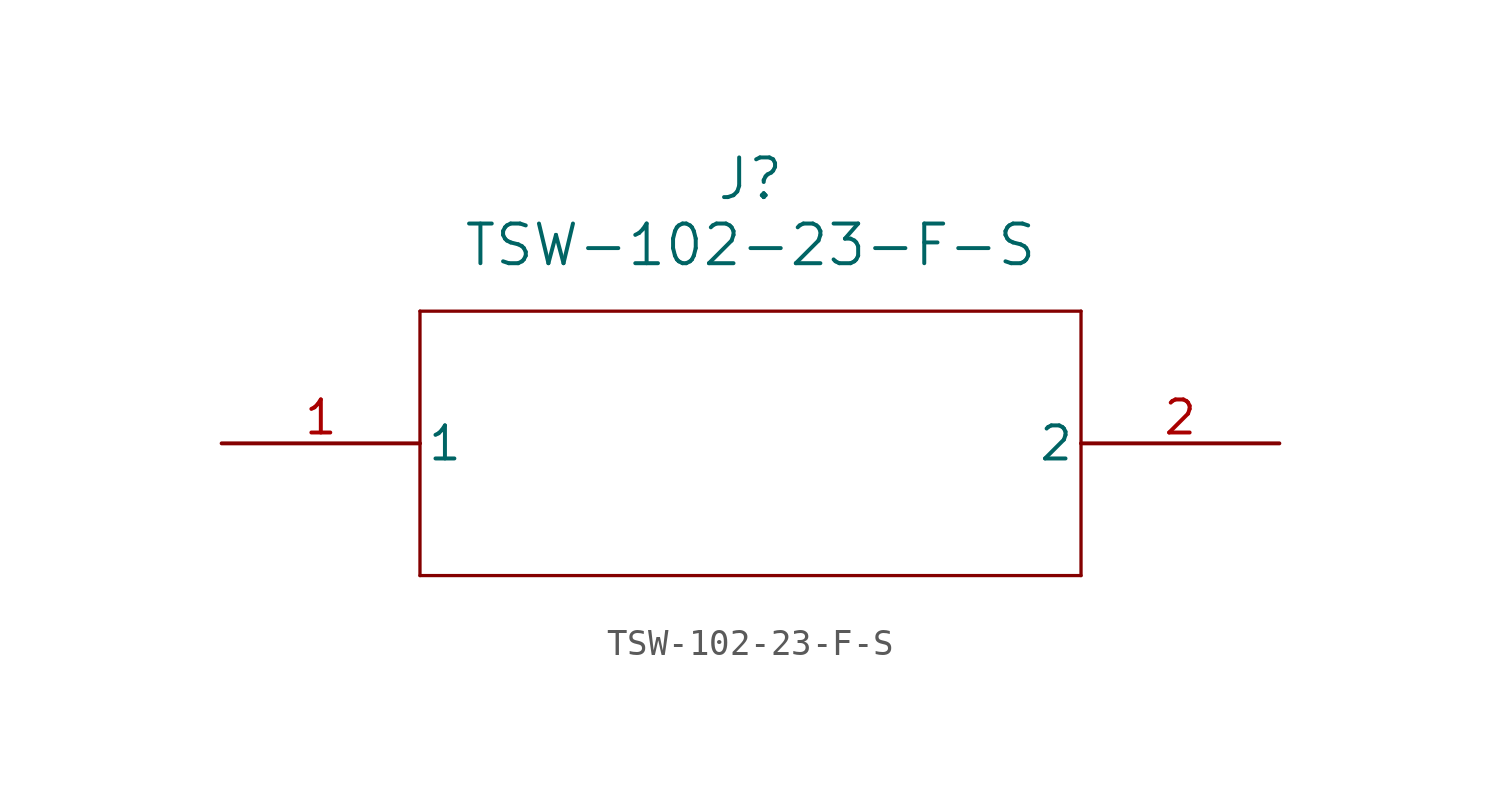
<source format=kicad_sym>
(kicad_symbol_lib
  (version 20211014)
  (generator kicad_symbol_editor)
  (symbol "TSW-102-23-F-S"
    (pin_names
      (offset 0.254))
    (property "Reference" "J"
      (at 20.32 10.16 0)
      (effects (font (size 1.524 1.524))))
    (property "Value" "TSW-102-23-F-S"
      (at 20.32 7.62 0)
      (effects (font (size 1.524 1.524))))
    (polyline
      (pts (xy 7.62 5.08) (xy 7.62 -5.08))
      (stroke (width 0.127) (type default) (color 0 0 0 0))
      (fill (type none)))
    (polyline
      (pts (xy 7.62 -5.08) (xy 33.02 -5.08))
      (stroke (width 0.127) (type default) (color 0 0 0 0))
      (fill (type none)))
    (polyline
      (pts (xy 33.02 -5.08) (xy 33.02 5.08))
      (stroke (width 0.127) (type default) (color 0 0 0 0))
      (fill (type none)))
    (polyline
      (pts (xy 33.02 5.08) (xy 7.62 5.08))
      (stroke (width 0.127) (type default) (color 0 0 0 0))
      (fill (type none)))
    (pin unspecified line
      (at 0 0 0)
      (length 7.62)
      (name "1" (effects (font (size 1.27 1.27))))
      (number "1" (effects (font (size 1.27 1.27)))))
    (pin unspecified line
      (at 40.64 0 180)
      (length 7.62)
      (name "2" (effects (font (size 1.27 1.27))))
      (number "2" (effects (font (size 1.27 1.27)))))))
</source>
